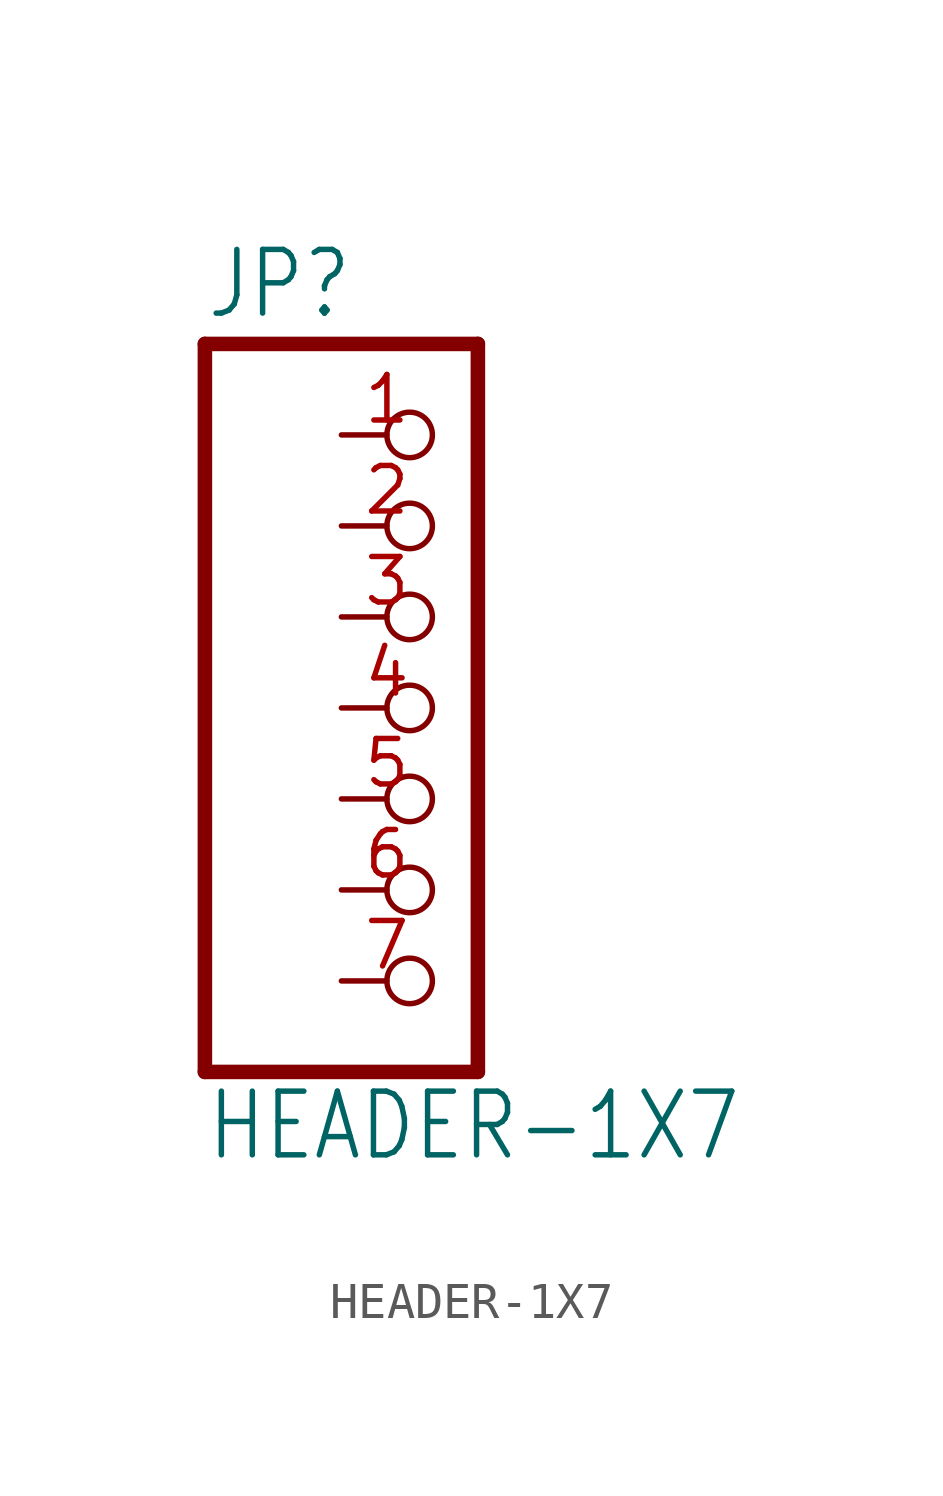
<source format=kicad_sym>
(kicad_symbol_lib
  (version 20211014)
  (generator kicad_symbol_editor)
  (symbol "HEADER-1X7"
    (property "Reference" "JP"
      (at -6.35 10.795 0)
      (effects (font (size 1.778 1.511)) (justify left bottom)))
    (property "Value" "HEADER-1X7"
      (at -6.35 -12.7 0)
      (effects (font (size 1.778 1.511)) (justify left bottom)))
    (property "ki_locked" ""
      (at 0 0 0)
      (effects (font (size 1.27 1.27))))
    (symbol "HEADER-1X7_1_0"
      (polyline (pts (xy -6.35 -10.16) (xy 1.27 -10.16)) (stroke (width 0.406) (type default) (color 0 0 0 0)) (fill (type none)))
      (polyline (pts (xy -6.35 10.16) (xy -6.35 -10.16)) (stroke (width 0.406) (type default) (color 0 0 0 0)) (fill (type none)))
      (polyline (pts (xy 1.27 -10.16) (xy 1.27 10.16)) (stroke (width 0.406) (type default) (color 0 0 0 0)) (fill (type none)))
      (polyline (pts (xy 1.27 10.16) (xy -6.35 10.16)) (stroke (width 0.406) (type default) (color 0 0 0 0)) (fill (type none)))
      (pin passive inverted (at -2.54 7.62 0) (length 2.54) (name "1" (effects (font (size 0 0)))) (number "1" (effects (font (size 1.27 1.27)))))
      (pin passive inverted (at -2.54 5.08 0) (length 2.54) (name "2" (effects (font (size 0 0)))) (number "2" (effects (font (size 1.27 1.27)))))
      (pin passive inverted (at -2.54 2.54 0) (length 2.54) (name "3" (effects (font (size 0 0)))) (number "3" (effects (font (size 1.27 1.27)))))
      (pin passive inverted (at -2.54 0 0) (length 2.54) (name "4" (effects (font (size 0 0)))) (number "4" (effects (font (size 1.27 1.27)))))
      (pin passive inverted (at -2.54 -2.54 0) (length 2.54) (name "5" (effects (font (size 0 0)))) (number "5" (effects (font (size 1.27 1.27)))))
      (pin passive inverted (at -2.54 -5.08 0) (length 2.54) (name "6" (effects (font (size 0 0)))) (number "6" (effects (font (size 1.27 1.27)))))
      (pin passive inverted (at -2.54 -7.62 0) (length 2.54) (name "7" (effects (font (size 0 0)))) (number "7" (effects (font (size 1.27 1.27))))))))
</source>
